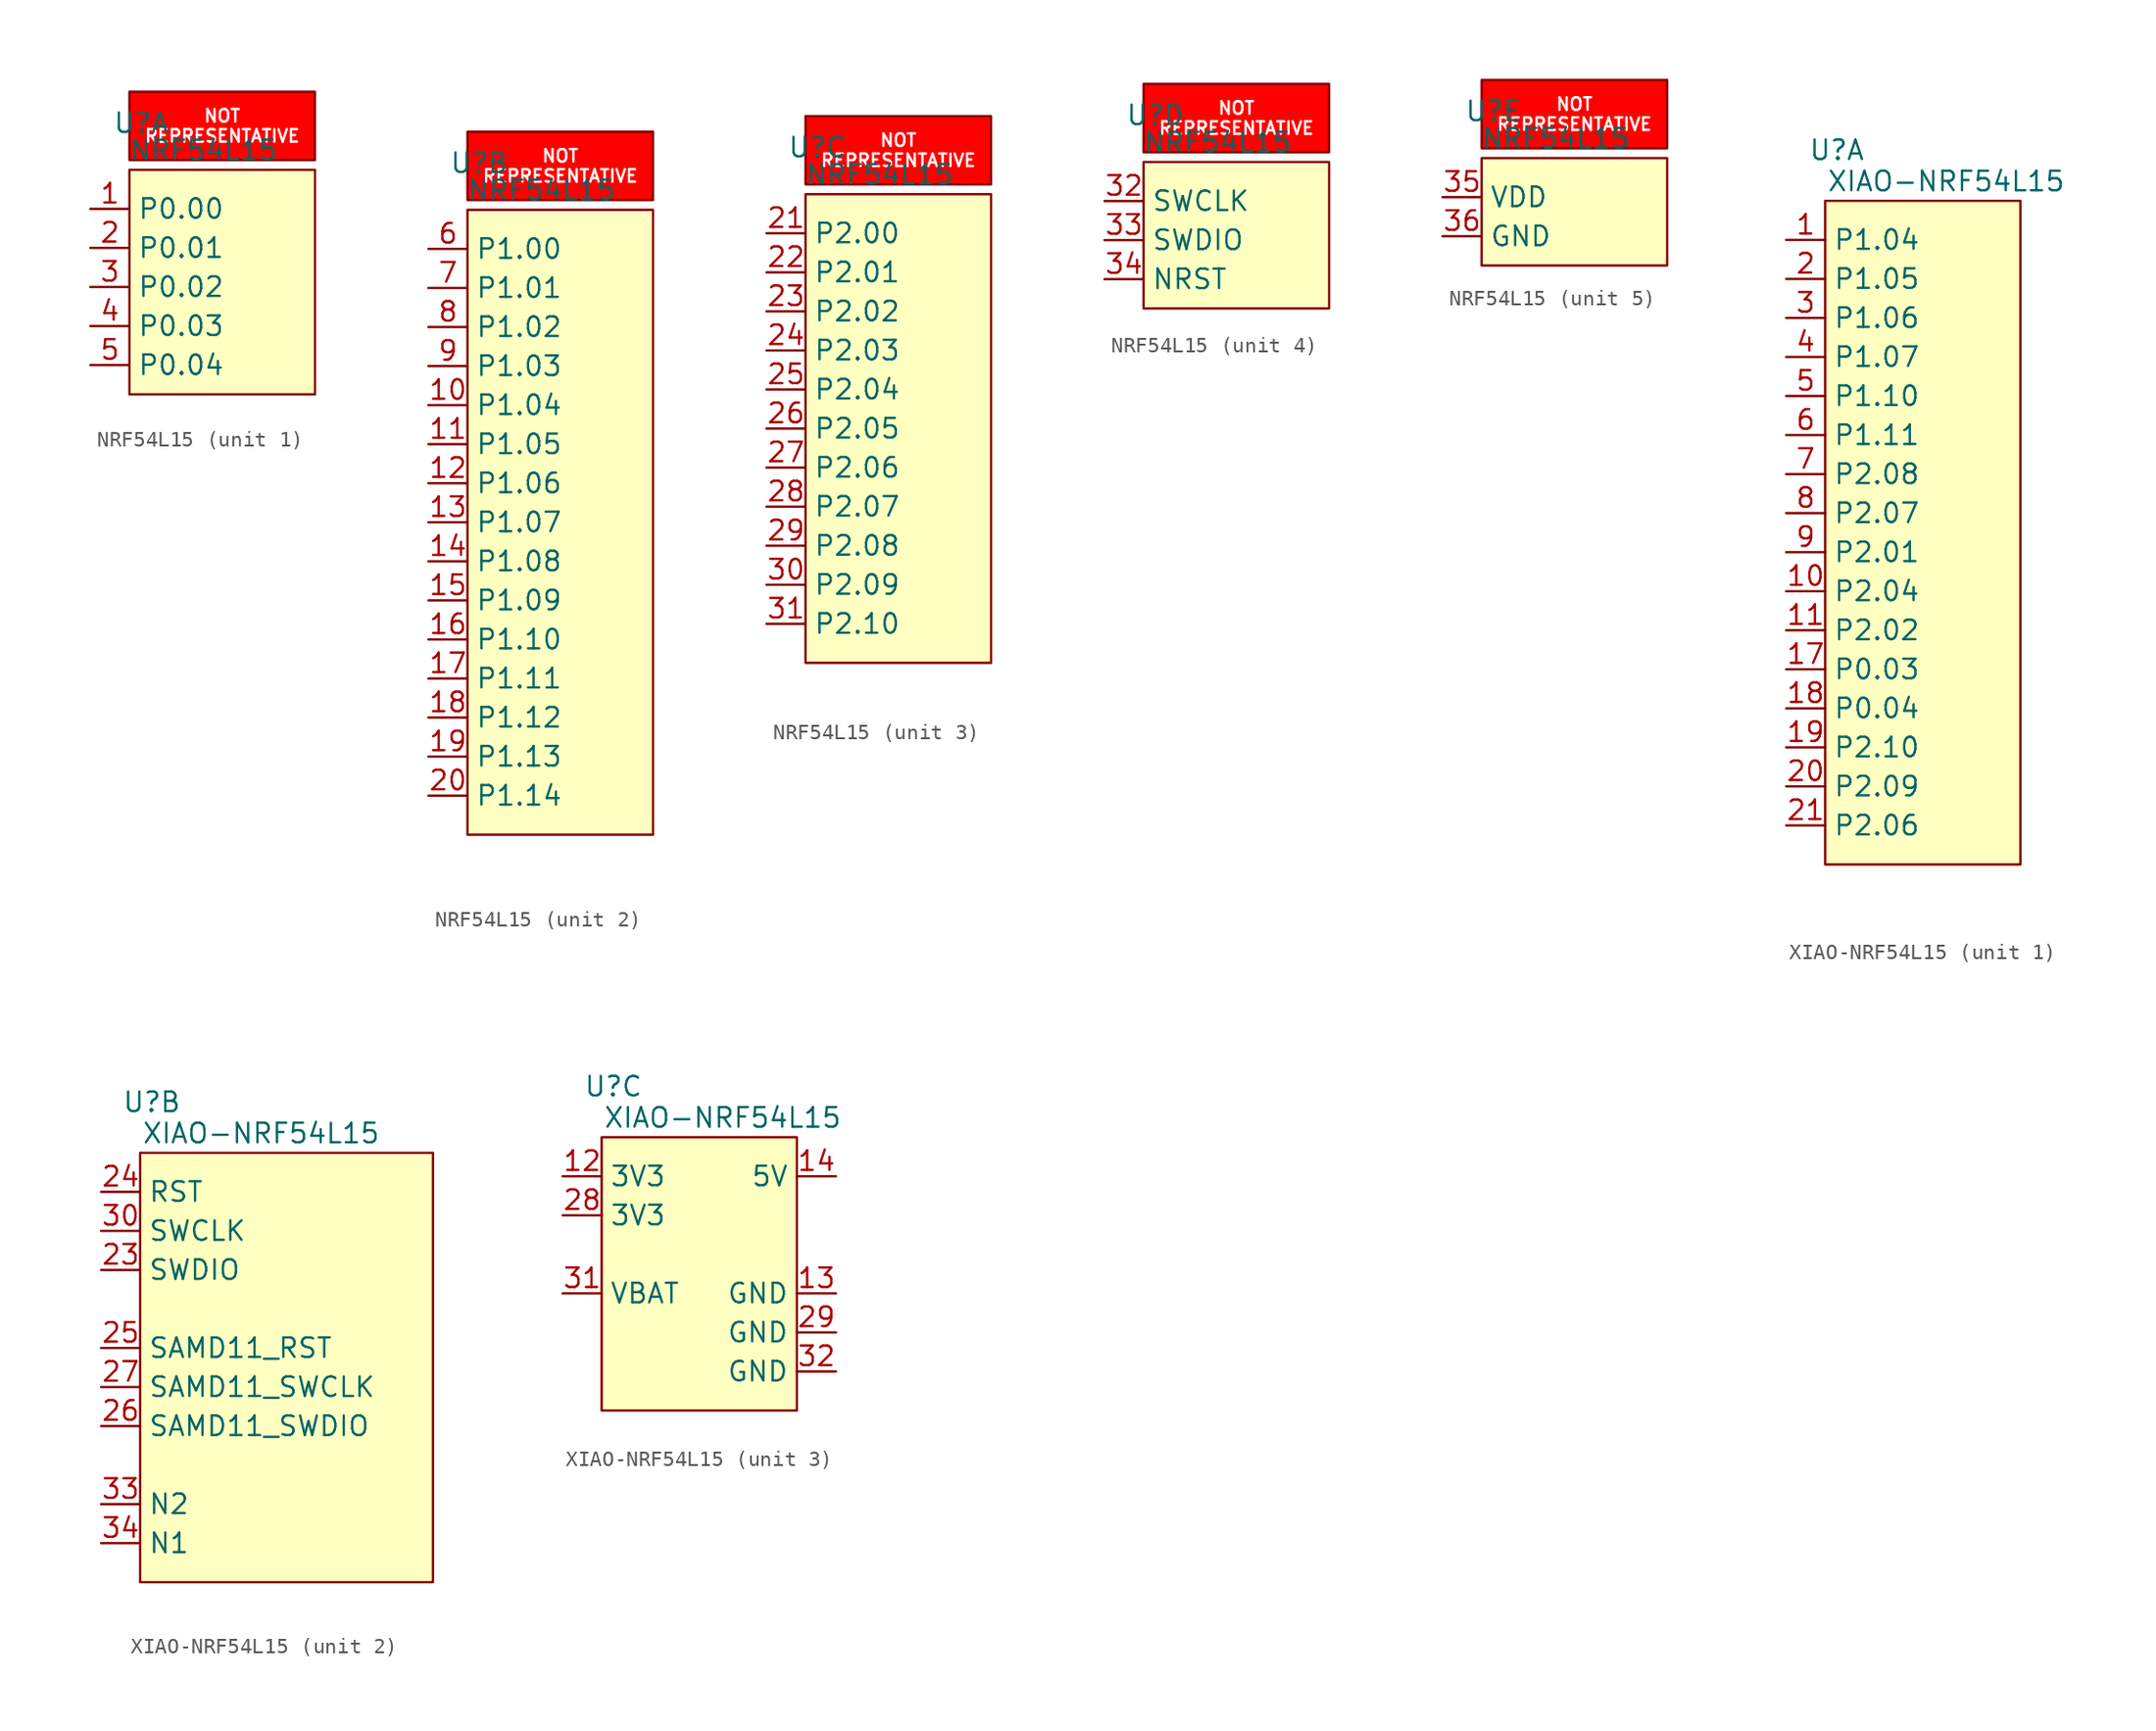
<source format=kicad_sym>
(kicad_symbol_lib
  (version 20241209)
  (generator "kicad_symbol_editor")
  (generator_version "9.0")
  (symbol "NRF54L15"
    (property "Reference" "U"
      (at 0.762 3.048 0)
      (effects (font (size 1.27 1.27))))
    (property "Value" "NRF54L15"
      (at 4.826 1.27 0)
      (effects (font (size 1.27 1.27))))
    (symbol "NRF54L15_0_1"
      (text_box "NOT REPRESENTATIVE" (at 0 5.08 0) (size 12.065 -4.445) (margins 1.016 1.016 1.016 1.016) (stroke (width 0) (type solid)) (fill (type color) (color 255 0 0 1)) (effects (font (size 0.813 0.813) (color 255 255 255 1)))))
    (symbol "NRF54L15_1_1"
      (rectangle (start 0 0) (end 12.065 -14.605) (stroke (width 0) (type solid)) (fill (type background)))
      (pin bidirectional line (at -2.54 -2.54 0) (length 2.54) (name "P0.00" (effects (font (size 1.27 1.27)))) (number "1" (effects (font (size 1.27 1.27)))))
      (pin bidirectional line (at -2.54 -5.08 0) (length 2.54) (name "P0.01" (effects (font (size 1.27 1.27)))) (number "2" (effects (font (size 1.27 1.27)))))
      (pin bidirectional line (at -2.54 -7.62 0) (length 2.54) (name "P0.02" (effects (font (size 1.27 1.27)))) (number "3" (effects (font (size 1.27 1.27)))))
      (pin bidirectional line (at -2.54 -10.16 0) (length 2.54) (name "P0.03" (effects (font (size 1.27 1.27)))) (number "4" (effects (font (size 1.27 1.27)))))
      (pin bidirectional line (at -2.54 -12.7 0) (length 2.54) (name "P0.04" (effects (font (size 1.27 1.27)))) (number "5" (effects (font (size 1.27 1.27))))))
    (symbol "NRF54L15_2_0"
      (pin bidirectional line (at -2.54 -2.54 0) (length 2.54) (name "P1.00" (effects (font (size 1.27 1.27)))) (number "6" (effects (font (size 1.27 1.27)))))
      (pin bidirectional line (at -2.54 -5.08 0) (length 2.54) (name "P1.01" (effects (font (size 1.27 1.27)))) (number "7" (effects (font (size 1.27 1.27)))))
      (pin bidirectional line (at -2.54 -7.62 0) (length 2.54) (name "P1.02" (effects (font (size 1.27 1.27)))) (number "8" (effects (font (size 1.27 1.27)))))
      (pin bidirectional line (at -2.54 -10.16 0) (length 2.54) (name "P1.03" (effects (font (size 1.27 1.27)))) (number "9" (effects (font (size 1.27 1.27)))))
      (pin bidirectional line (at -2.54 -12.7 0) (length 2.54) (name "P1.04" (effects (font (size 1.27 1.27)))) (number "10" (effects (font (size 1.27 1.27)))))
      (pin bidirectional line (at -2.54 -15.24 0) (length 2.54) (name "P1.05" (effects (font (size 1.27 1.27)))) (number "11" (effects (font (size 1.27 1.27)))))
      (pin bidirectional line (at -2.54 -17.78 0) (length 2.54) (name "P1.06" (effects (font (size 1.27 1.27)))) (number "12" (effects (font (size 1.27 1.27)))))
      (pin bidirectional line (at -2.54 -20.32 0) (length 2.54) (name "P1.07" (effects (font (size 1.27 1.27)))) (number "13" (effects (font (size 1.27 1.27)))))
      (pin bidirectional line (at -2.54 -22.86 0) (length 2.54) (name "P1.08" (effects (font (size 1.27 1.27)))) (number "14" (effects (font (size 1.27 1.27)))))
      (pin bidirectional line (at -2.54 -25.4 0) (length 2.54) (name "P1.09" (effects (font (size 1.27 1.27)))) (number "15" (effects (font (size 1.27 1.27)))))
      (pin bidirectional line (at -2.54 -27.94 0) (length 2.54) (name "P1.10" (effects (font (size 1.27 1.27)))) (number "16" (effects (font (size 1.27 1.27)))))
      (pin bidirectional line (at -2.54 -30.48 0) (length 2.54) (name "P1.11" (effects (font (size 1.27 1.27)))) (number "17" (effects (font (size 1.27 1.27)))))
      (pin bidirectional line (at -2.54 -33.02 0) (length 2.54) (name "P1.12" (effects (font (size 1.27 1.27)))) (number "18" (effects (font (size 1.27 1.27)))))
      (pin bidirectional line (at -2.54 -35.56 0) (length 2.54) (name "P1.13" (effects (font (size 1.27 1.27)))) (number "19" (effects (font (size 1.27 1.27)))))
      (pin bidirectional line (at -2.54 -38.1 0) (length 2.54) (name "P1.14" (effects (font (size 1.27 1.27)))) (number "20" (effects (font (size 1.27 1.27))))))
    (symbol "NRF54L15_2_1"
      (rectangle (start 0 0) (end 12.065 -40.64) (stroke (width 0) (type solid)) (fill (type background))))
    (symbol "NRF54L15_3_0"
      (pin bidirectional line (at -2.54 -2.54 0) (length 2.54) (name "P2.00" (effects (font (size 1.27 1.27)))) (number "21" (effects (font (size 1.27 1.27)))))
      (pin bidirectional line (at -2.54 -5.08 0) (length 2.54) (name "P2.01" (effects (font (size 1.27 1.27)))) (number "22" (effects (font (size 1.27 1.27)))))
      (pin bidirectional line (at -2.54 -7.62 0) (length 2.54) (name "P2.02" (effects (font (size 1.27 1.27)))) (number "23" (effects (font (size 1.27 1.27)))))
      (pin bidirectional line (at -2.54 -10.16 0) (length 2.54) (name "P2.03" (effects (font (size 1.27 1.27)))) (number "24" (effects (font (size 1.27 1.27)))))
      (pin bidirectional line (at -2.54 -12.7 0) (length 2.54) (name "P2.04" (effects (font (size 1.27 1.27)))) (number "25" (effects (font (size 1.27 1.27)))))
      (pin bidirectional line (at -2.54 -15.24 0) (length 2.54) (name "P2.05" (effects (font (size 1.27 1.27)))) (number "26" (effects (font (size 1.27 1.27)))))
      (pin bidirectional line (at -2.54 -17.78 0) (length 2.54) (name "P2.06" (effects (font (size 1.27 1.27)))) (number "27" (effects (font (size 1.27 1.27)))))
      (pin bidirectional line (at -2.54 -20.32 0) (length 2.54) (name "P2.07" (effects (font (size 1.27 1.27)))) (number "28" (effects (font (size 1.27 1.27)))))
      (pin bidirectional line (at -2.54 -22.86 0) (length 2.54) (name "P2.08" (effects (font (size 1.27 1.27)))) (number "29" (effects (font (size 1.27 1.27)))))
      (pin bidirectional line (at -2.54 -25.4 0) (length 2.54) (name "P2.09" (effects (font (size 1.27 1.27)))) (number "30" (effects (font (size 1.27 1.27)))))
      (pin bidirectional line (at -2.54 -27.94 0) (length 2.54) (name "P2.10" (effects (font (size 1.27 1.27)))) (number "31" (effects (font (size 1.27 1.27))))))
    (symbol "NRF54L15_3_1"
      (rectangle (start 0 0) (end 12.065 -30.48) (stroke (width 0) (type solid)) (fill (type background))))
    (symbol "NRF54L15_4_0"
      (pin input line (at -2.54 -2.54 0) (length 2.54) (name "SWCLK" (effects (font (size 1.27 1.27)))) (number "32" (effects (font (size 1.27 1.27)))))
      (pin bidirectional line (at -2.54 -5.08 0) (length 2.54) (name "SWDIO" (effects (font (size 1.27 1.27)))) (number "33" (effects (font (size 1.27 1.27)))))
      (pin input line (at -2.54 -7.62 0) (length 2.54) (name "NRST" (effects (font (size 1.27 1.27)))) (number "34" (effects (font (size 1.27 1.27))))))
    (symbol "NRF54L15_4_1"
      (rectangle (start 0 0) (end 12.065 -9.525) (stroke (width 0) (type solid)) (fill (type background))))
    (symbol "NRF54L15_5_0"
      (pin power_in line (at -2.54 -2.54 0) (length 2.54) (name "VDD" (effects (font (size 1.27 1.27)))) (number "35" (effects (font (size 1.27 1.27)))))
      (pin power_out line (at -2.54 -5.08 0) (length 2.54) (name "GND" (effects (font (size 1.27 1.27)))) (number "36" (effects (font (size 1.27 1.27))))))
    (symbol "NRF54L15_5_1"
      (rectangle (start 0 0) (end 12.065 -6.985) (stroke (width 0) (type solid)) (fill (type background)))))
  (symbol "XIAO-NRF54L15"
    (property "Reference" "U"
      (at 0.762 3.302 0)
      (effects (font (size 1.27 1.27))))
    (property "Value" "XIAO-NRF54L15"
      (at 7.874 1.27 0)
      (effects (font (size 1.27 1.27))))
    (symbol "XIAO-NRF54L15_1_0"
      (pin bidirectional line (at -2.54 -2.54 0) (length 2.54) (name "P1.04" (effects (font (size 1.27 1.27)))) (number "1" (effects (font (size 1.27 1.27)))) (alternate "A0" bidirectional line) (alternate "D0" bidirectional line))
      (pin bidirectional line (at -2.54 -5.08 0) (length 2.54) (name "P1.05" (effects (font (size 1.27 1.27)))) (number "2" (effects (font (size 1.27 1.27)))) (alternate "A1" bidirectional line) (alternate "D1" bidirectional line))
      (pin bidirectional line (at -2.54 -7.62 0) (length 2.54) (name "P1.06" (effects (font (size 1.27 1.27)))) (number "3" (effects (font (size 1.27 1.27)))) (alternate "A2" bidirectional line) (alternate "D2" bidirectional line))
      (pin bidirectional line (at -2.54 -10.16 0) (length 2.54) (name "P1.07" (effects (font (size 1.27 1.27)))) (number "4" (effects (font (size 1.27 1.27)))) (alternate "A3" bidirectional line) (alternate "D3" bidirectional line))
      (pin bidirectional line (at -2.54 -12.7 0) (length 2.54) (name "P1.10" (effects (font (size 1.27 1.27)))) (number "5" (effects (font (size 1.27 1.27)))) (alternate "D4" bidirectional line) (alternate "SDA0" bidirectional line))
      (pin bidirectional line (at -2.54 -15.24 0) (length 2.54) (name "P1.11" (effects (font (size 1.27 1.27)))) (number "6" (effects (font (size 1.27 1.27)))) (alternate "D5" bidirectional line) (alternate "SCL0" bidirectional line))
      (pin bidirectional line (at -2.54 -17.78 0) (length 2.54) (name "P2.08" (effects (font (size 1.27 1.27)))) (number "7" (effects (font (size 1.27 1.27)))) (alternate "D6" bidirectional line) (alternate "TX" output line))
      (pin bidirectional line (at -2.54 -20.32 0) (length 2.54) (name "P2.07" (effects (font (size 1.27 1.27)))) (number "8" (effects (font (size 1.27 1.27)))) (alternate "D7" bidirectional line) (alternate "RX" input line))
      (pin bidirectional line (at -2.54 -22.86 0) (length 2.54) (name "P2.01" (effects (font (size 1.27 1.27)))) (number "9" (effects (font (size 1.27 1.27)))) (alternate "D8" bidirectional line) (alternate "SCK" output line))
      (pin bidirectional line (at -2.54 -25.4 0) (length 2.54) (name "P2.04" (effects (font (size 1.27 1.27)))) (number "10" (effects (font (size 1.27 1.27)))) (alternate "D9" bidirectional line) (alternate "MISO" input line))
      (pin bidirectional line (at -2.54 -27.94 0) (length 2.54) (name "P2.02" (effects (font (size 1.27 1.27)))) (number "11" (effects (font (size 1.27 1.27)))) (alternate "D10" bidirectional line) (alternate "MOSI" output line))
      (pin bidirectional line (at -2.54 -30.48 0) (length 2.54) (name "P0.03" (effects (font (size 1.27 1.27)))) (number "17" (effects (font (size 1.27 1.27)))) (alternate "D11" bidirectional line) (alternate "SCL1" output line))
      (pin bidirectional line (at -2.54 -33.02 0) (length 2.54) (name "P0.04" (effects (font (size 1.27 1.27)))) (number "18" (effects (font (size 1.27 1.27)))) (alternate "D12" bidirectional line) (alternate "SDA1" bidirectional line))
      (pin bidirectional line (at -2.54 -35.56 0) (length 2.54) (name "P2.10" (effects (font (size 1.27 1.27)))) (number "19" (effects (font (size 1.27 1.27)))) (alternate "D13" bidirectional line))
      (pin bidirectional line (at -2.54 -38.1 0) (length 2.54) (name "P2.09" (effects (font (size 1.27 1.27)))) (number "20" (effects (font (size 1.27 1.27)))) (alternate "D14" bidirectional line))
      (pin bidirectional line (at -2.54 -40.64 0) (length 2.54) (name "P2.06" (effects (font (size 1.27 1.27)))) (number "21" (effects (font (size 1.27 1.27)))) (alternate "D15" bidirectional line)))
    (symbol "XIAO-NRF54L15_1_1"
      (rectangle (start 0 0) (end 12.7 -43.18) (stroke (width 0) (type solid)) (fill (type background))))
    (symbol "XIAO-NRF54L15_2_0"
      (pin input line (at -2.54 -2.54 0) (length 2.54) (name "RST" (effects (font (size 1.27 1.27)))) (number "24" (effects (font (size 1.27 1.27)))))
      (pin input line (at -2.54 -5.08 0) (length 2.54) (name "SWCLK" (effects (font (size 1.27 1.27)))) (number "30" (effects (font (size 1.27 1.27)))))
      (pin bidirectional line (at -2.54 -7.62 0) (length 2.54) (name "SWDIO" (effects (font (size 1.27 1.27)))) (number "23" (effects (font (size 1.27 1.27)))))
      (pin input line (at -2.54 -12.7 0) (length 2.54) (name "SAMD11_RST" (effects (font (size 1.27 1.27)))) (number "25" (effects (font (size 1.27 1.27)))))
      (pin input line (at -2.54 -15.24 0) (length 2.54) (name "SAMD11_SWCLK" (effects (font (size 1.27 1.27)))) (number "27" (effects (font (size 1.27 1.27)))))
      (pin bidirectional line (at -2.54 -17.78 0) (length 2.54) (name "SAMD11_SWDIO" (effects (font (size 1.27 1.27)))) (number "26" (effects (font (size 1.27 1.27)))))
      (pin no_connect line (at -2.54 -20.32 0) (length 2.54) (hide yes) (name "N/A" (effects (font (size 1.27 1.27)))) (number "15" (effects (font (size 1.27 1.27)))))
      (pin no_connect line (at -2.54 -20.32 0) (length 2.54) (hide yes) (name "N/A" (effects (font (size 1.27 1.27)))) (number "16" (effects (font (size 1.27 1.27)))))
      (pin no_connect line (at -2.54 -20.32 0) (length 2.54) (hide yes) (name "N/A" (effects (font (size 1.27 1.27)))) (number "22" (effects (font (size 1.27 1.27)))))
      (pin passive line (at -2.54 -22.86 0) (length 2.54) (name "N2" (effects (font (size 1.27 1.27)))) (number "33" (effects (font (size 1.27 1.27)))))
      (pin passive line (at -2.54 -25.4 0) (length 2.54) (name "N1" (effects (font (size 1.27 1.27)))) (number "34" (effects (font (size 1.27 1.27))))))
    (symbol "XIAO-NRF54L15_2_1"
      (rectangle (start 0 0) (end 19.05 -27.94) (stroke (width 0) (type solid)) (fill (type background))))
    (symbol "XIAO-NRF54L15_3_0"
      (pin power_in line (at -2.54 -2.54 0) (length 2.54) (name "3V3" (effects (font (size 1.27 1.27)))) (number "12" (effects (font (size 1.27 1.27)))))
      (pin power_in line (at -2.54 -5.08 0) (length 2.54) (name "3V3" (effects (font (size 1.27 1.27)))) (number "28" (effects (font (size 1.27 1.27)))))
      (pin power_in line (at -2.54 -10.16 0) (length 2.54) (name "VBAT" (effects (font (size 1.27 1.27)))) (number "31" (effects (font (size 1.27 1.27)))))
      (pin power_in line (at 15.24 -2.54 180) (length 2.54) (name "5V" (effects (font (size 1.27 1.27)))) (number "14" (effects (font (size 1.27 1.27)))))
      (pin power_in line (at 15.24 -10.16 180) (length 2.54) (name "GND" (effects (font (size 1.27 1.27)))) (number "13" (effects (font (size 1.27 1.27)))))
      (pin power_in line (at 15.24 -12.7 180) (length 2.54) (name "GND" (effects (font (size 1.27 1.27)))) (number "29" (effects (font (size 1.27 1.27)))))
      (pin power_in line (at 15.24 -15.24 180) (length 2.54) (name "GND" (effects (font (size 1.27 1.27)))) (number "32" (effects (font (size 1.27 1.27))))))
    (symbol "XIAO-NRF54L15_3_1"
      (rectangle (start 0 0) (end 12.7 -17.78) (stroke (width 0) (type solid)) (fill (type background))))))
</source>
